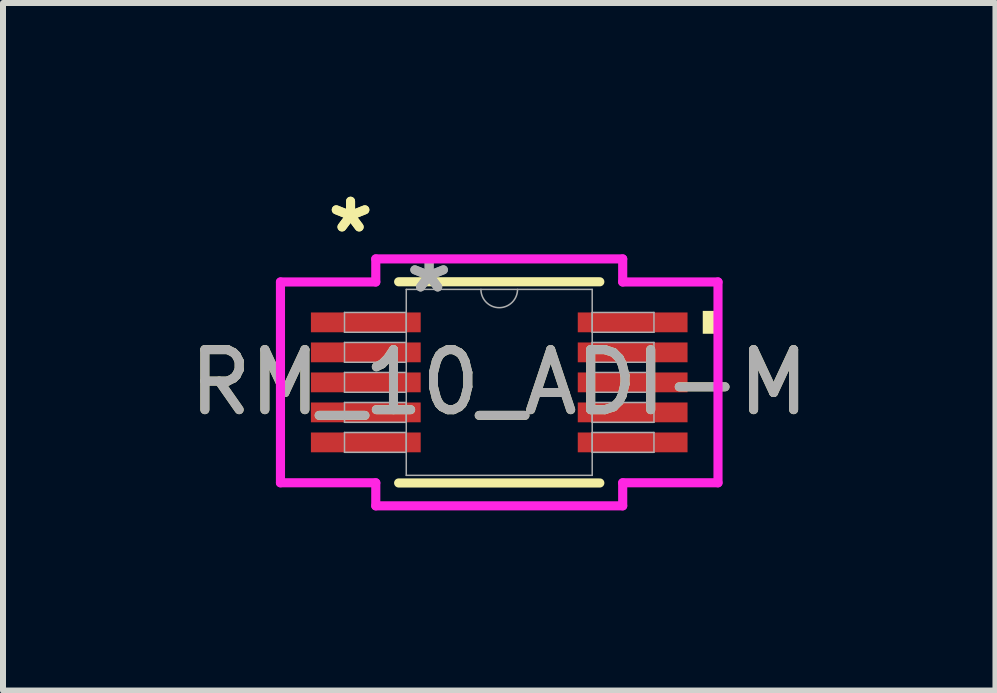
<source format=kicad_pcb>
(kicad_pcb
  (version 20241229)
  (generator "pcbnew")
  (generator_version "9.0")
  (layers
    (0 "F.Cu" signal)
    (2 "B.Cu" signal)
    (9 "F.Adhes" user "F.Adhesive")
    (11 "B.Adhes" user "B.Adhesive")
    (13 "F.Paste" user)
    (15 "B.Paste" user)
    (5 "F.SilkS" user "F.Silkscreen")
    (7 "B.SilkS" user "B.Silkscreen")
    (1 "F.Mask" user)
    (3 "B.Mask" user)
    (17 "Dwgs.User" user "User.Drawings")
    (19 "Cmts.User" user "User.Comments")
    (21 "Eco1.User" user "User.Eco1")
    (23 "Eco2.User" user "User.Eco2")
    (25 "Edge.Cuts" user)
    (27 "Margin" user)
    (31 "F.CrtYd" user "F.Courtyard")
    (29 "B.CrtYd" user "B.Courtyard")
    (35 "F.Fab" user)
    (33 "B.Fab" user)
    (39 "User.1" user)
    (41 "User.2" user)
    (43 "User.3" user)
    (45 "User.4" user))
  (footprint "RM_10_ADI-M"
    (layer "F.Cu")
    (at 5.268 3.321)
    (property "Reference" "RM_10_ADI-M" (at 0 0 0) (unlocked yes) (layer "F.SilkS") (effects (font (size 1 1) (thickness 0.15))))
    (attr smd)
    (fp_line (start -1.676 1.676) (end 1.676 1.676) (stroke (width 0.152) (type solid)) (layer "F.SilkS"))
    (fp_line (start 1.676 -1.676) (end -1.676 -1.676) (stroke (width 0.152) (type solid)) (layer "F.SilkS"))
    (fp_poly (pts (xy 3.645 -1.191) (xy 3.645 -0.81) (xy 3.391 -0.81) (xy 3.391 -1.191)) (stroke (width 0) (type solid)) (fill yes) (layer "F.SilkS"))
    (fp_line (start -3.645 -1.673) (end -2.057 -1.673) (stroke (width 0.152) (type solid)) (layer "F.CrtYd"))
    (fp_line (start -3.645 1.673) (end -3.645 -1.673) (stroke (width 0.152) (type solid)) (layer "F.CrtYd"))
    (fp_line (start -3.645 1.673) (end -2.057 1.673) (stroke (width 0.152) (type solid)) (layer "F.CrtYd"))
    (fp_line (start -2.057 -2.057) (end 2.057 -2.057) (stroke (width 0.152) (type solid)) (layer "F.CrtYd"))
    (fp_line (start -2.057 -1.673) (end -2.057 -2.057) (stroke (width 0.152) (type solid)) (layer "F.CrtYd"))
    (fp_line (start -2.057 2.057) (end -2.057 1.673) (stroke (width 0.152) (type solid)) (layer "F.CrtYd"))
    (fp_line (start 2.057 -2.057) (end 2.057 -1.673) (stroke (width 0.152) (type solid)) (layer "F.CrtYd"))
    (fp_line (start 2.057 1.673) (end 2.057 2.057) (stroke (width 0.152) (type solid)) (layer "F.CrtYd"))
    (fp_line (start 2.057 2.057) (end -2.057 2.057) (stroke (width 0.152) (type solid)) (layer "F.CrtYd"))
    (fp_line (start 3.645 -1.673) (end 2.057 -1.673) (stroke (width 0.152) (type solid)) (layer "F.CrtYd"))
    (fp_line (start 3.645 -1.673) (end 3.645 1.673) (stroke (width 0.152) (type solid)) (layer "F.CrtYd"))
    (fp_line (start 3.645 1.673) (end 2.057 1.673) (stroke (width 0.152) (type solid)) (layer "F.CrtYd"))
    (fp_line (start -2.578 -1.165) (end -2.578 -0.835) (stroke (width 0.025) (type solid)) (layer "F.Fab"))
    (fp_line (start -2.578 -0.835) (end -1.549 -0.835) (stroke (width 0.025) (type solid)) (layer "F.Fab"))
    (fp_line (start -2.578 -0.665) (end -2.578 -0.335) (stroke (width 0.025) (type solid)) (layer "F.Fab"))
    (fp_line (start -2.578 -0.335) (end -1.549 -0.335) (stroke (width 0.025) (type solid)) (layer "F.Fab"))
    (fp_line (start -2.578 -0.165) (end -2.578 0.165) (stroke (width 0.025) (type solid)) (layer "F.Fab"))
    (fp_line (start -2.578 0.165) (end -1.549 0.165) (stroke (width 0.025) (type solid)) (layer "F.Fab"))
    (fp_line (start -2.578 0.335) (end -2.578 0.665) (stroke (width 0.025) (type solid)) (layer "F.Fab"))
    (fp_line (start -2.578 0.665) (end -1.549 0.665) (stroke (width 0.025) (type solid)) (layer "F.Fab"))
    (fp_line (start -2.578 0.835) (end -2.578 1.165) (stroke (width 0.025) (type solid)) (layer "F.Fab"))
    (fp_line (start -2.578 1.165) (end -1.549 1.165) (stroke (width 0.025) (type solid)) (layer "F.Fab"))
    (fp_line (start -1.549 -1.549) (end -1.549 1.549) (stroke (width 0.025) (type solid)) (layer "F.Fab"))
    (fp_line (start -1.549 -1.165) (end -2.578 -1.165) (stroke (width 0.025) (type solid)) (layer "F.Fab"))
    (fp_line (start -1.549 -0.835) (end -1.549 -1.165) (stroke (width 0.025) (type solid)) (layer "F.Fab"))
    (fp_line (start -1.549 -0.665) (end -2.578 -0.665) (stroke (width 0.025) (type solid)) (layer "F.Fab"))
    (fp_line (start -1.549 -0.335) (end -1.549 -0.665) (stroke (width 0.025) (type solid)) (layer "F.Fab"))
    (fp_line (start -1.549 -0.165) (end -2.578 -0.165) (stroke (width 0.025) (type solid)) (layer "F.Fab"))
    (fp_line (start -1.549 0.165) (end -1.549 -0.165) (stroke (width 0.025) (type solid)) (layer "F.Fab"))
    (fp_line (start -1.549 0.335) (end -2.578 0.335) (stroke (width 0.025) (type solid)) (layer "F.Fab"))
    (fp_line (start -1.549 0.665) (end -1.549 0.335) (stroke (width 0.025) (type solid)) (layer "F.Fab"))
    (fp_line (start -1.549 0.835) (end -2.578 0.835) (stroke (width 0.025) (type solid)) (layer "F.Fab"))
    (fp_line (start -1.549 1.165) (end -1.549 0.835) (stroke (width 0.025) (type solid)) (layer "F.Fab"))
    (fp_line (start -1.549 1.549) (end 1.549 1.549) (stroke (width 0.025) (type solid)) (layer "F.Fab"))
    (fp_line (start 1.549 -1.549) (end -1.549 -1.549) (stroke (width 0.025) (type solid)) (layer "F.Fab"))
    (fp_line (start 1.549 -1.165) (end 1.549 -0.835) (stroke (width 0.025) (type solid)) (layer "F.Fab"))
    (fp_line (start 1.549 -0.835) (end 2.578 -0.835) (stroke (width 0.025) (type solid)) (layer "F.Fab"))
    (fp_line (start 1.549 -0.665) (end 1.549 -0.335) (stroke (width 0.025) (type solid)) (layer "F.Fab"))
    (fp_line (start 1.549 -0.335) (end 2.578 -0.335) (stroke (width 0.025) (type solid)) (layer "F.Fab"))
    (fp_line (start 1.549 -0.165) (end 1.549 0.165) (stroke (width 0.025) (type solid)) (layer "F.Fab"))
    (fp_line (start 1.549 0.165) (end 2.578 0.165) (stroke (width 0.025) (type solid)) (layer "F.Fab"))
    (fp_line (start 1.549 0.335) (end 1.549 0.665) (stroke (width 0.025) (type solid)) (layer "F.Fab"))
    (fp_line (start 1.549 0.665) (end 2.578 0.665) (stroke (width 0.025) (type solid)) (layer "F.Fab"))
    (fp_line (start 1.549 0.835) (end 1.549 1.165) (stroke (width 0.025) (type solid)) (layer "F.Fab"))
    (fp_line (start 1.549 1.165) (end 2.578 1.165) (stroke (width 0.025) (type solid)) (layer "F.Fab"))
    (fp_line (start 1.549 1.549) (end 1.549 -1.549) (stroke (width 0.025) (type solid)) (layer "F.Fab"))
    (fp_line (start 2.578 -1.165) (end 1.549 -1.165) (stroke (width 0.025) (type solid)) (layer "F.Fab"))
    (fp_line (start 2.578 -0.835) (end 2.578 -1.165) (stroke (width 0.025) (type solid)) (layer "F.Fab"))
    (fp_line (start 2.578 -0.665) (end 1.549 -0.665) (stroke (width 0.025) (type solid)) (layer "F.Fab"))
    (fp_line (start 2.578 -0.335) (end 2.578 -0.665) (stroke (width 0.025) (type solid)) (layer "F.Fab"))
    (fp_line (start 2.578 -0.165) (end 1.549 -0.165) (stroke (width 0.025) (type solid)) (layer "F.Fab"))
    (fp_line (start 2.578 0.165) (end 2.578 -0.165) (stroke (width 0.025) (type solid)) (layer "F.Fab"))
    (fp_line (start 2.578 0.335) (end 1.549 0.335) (stroke (width 0.025) (type solid)) (layer "F.Fab"))
    (fp_line (start 2.578 0.665) (end 2.578 0.335) (stroke (width 0.025) (type solid)) (layer "F.Fab"))
    (fp_line (start 2.578 0.835) (end 1.549 0.835) (stroke (width 0.025) (type solid)) (layer "F.Fab"))
    (fp_line (start 2.578 1.165) (end 2.578 0.835) (stroke (width 0.025) (type solid)) (layer "F.Fab"))
    (fp_arc (start 0.3048 -1.5494) (mid 0 -1.2446) (end -0.3048 -1.5494) (stroke (width 0.0254) (type solid)) (layer "F.Fab"))
    (fp_text user "*" (at -2.477 -2.473 0) (layer "F.SilkS") (effects (font (size 1 1) (thickness 0.15))))
    (fp_text user "*" (at -2.477 -2.473 0) (unlocked yes) (layer "F.SilkS") (effects (font (size 1 1) (thickness 0.15))))
    (fp_text user "${REFERENCE}" (at 0 0 0) (unlocked yes) (layer "F.Fab") (effects (font (size 1 1) (thickness 0.15))))
    (fp_text user "*" (at -1.168 -1.473 0) (layer "F.Fab") (effects (font (size 1 1) (thickness 0.15))))
    (fp_text user "*" (at -1.168 -1.473 0) (unlocked yes) (layer "F.Fab") (effects (font (size 1 1) (thickness 0.15))))
    (pad "1" smd rect (at -2.223 -1) (size 1.829 0.33) (layers "F.Cu" "F.Mask" "F.Paste"))
    (pad "2" smd rect (at -2.223 -0.5) (size 1.829 0.33) (layers "F.Cu" "F.Mask" "F.Paste"))
    (pad "3" smd rect (at -2.223 0) (size 1.829 0.33) (layers "F.Cu" "F.Mask" "F.Paste"))
    (pad "4" smd rect (at -2.223 0.5) (size 1.829 0.33) (layers "F.Cu" "F.Mask" "F.Paste"))
    (pad "5" smd rect (at -2.223 1) (size 1.829 0.33) (layers "F.Cu" "F.Mask" "F.Paste"))
    (pad "6" smd rect (at 2.223 1) (size 1.829 0.33) (layers "F.Cu" "F.Mask" "F.Paste"))
    (pad "7" smd rect (at 2.223 0.5) (size 1.829 0.33) (layers "F.Cu" "F.Mask" "F.Paste"))
    (pad "8" smd rect (at 2.223 0) (size 1.829 0.33) (layers "F.Cu" "F.Mask" "F.Paste"))
    (pad "9" smd rect (at 2.223 -0.5) (size 1.829 0.33) (layers "F.Cu" "F.Mask" "F.Paste"))
    (pad "10" smd rect (at 2.223 -1) (size 1.829 0.33) (layers "F.Cu" "F.Mask" "F.Paste")))
  (gr_rect
    (start -3 -3)
    (end 13.536 8.455)
    (stroke (width 0.1) (type default))
    (fill no)
    (layer "Edge.Cuts")))
</source>
